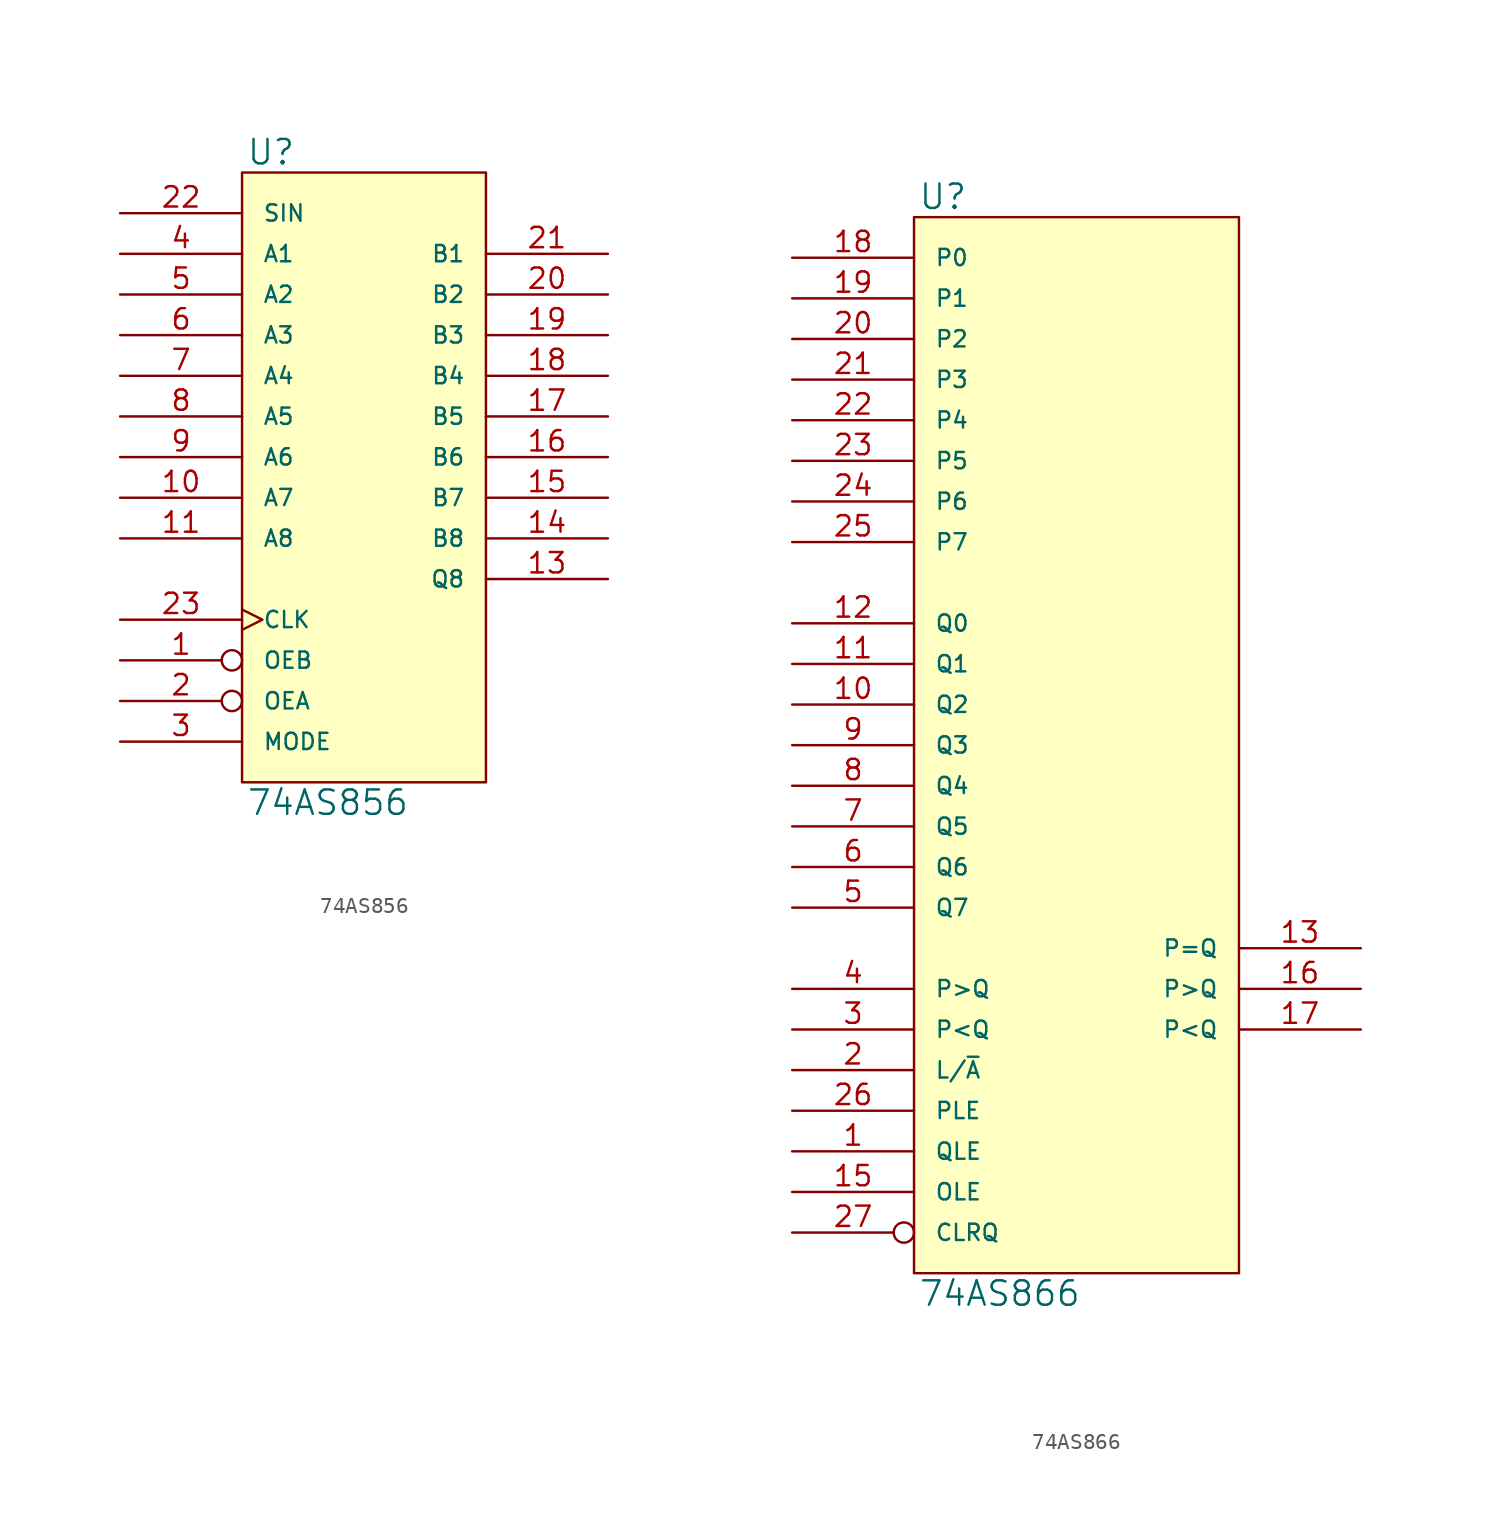
<source format=kicad_sym>
(kicad_symbol_lib
  (version 20231120)
  (generator "kicad_symbol_editor")
  (generator_version "8.0")
  (symbol "74AS856"
    (pin_names
      (offset 1.27))
    (property "Reference" "U"
      (at 0.254 0.381 0)
      (effects (font (size 1.524 1.524)) (justify left bottom)))
    (property "Value" "74AS856"
      (at 0.254 -38.481 0)
      (effects (font (size 1.524 1.524)) (justify left top)))
    (symbol "74AS856_0_1"
      (rectangle (start 0 0) (end 15.24 -38.1) (stroke (width 0) (type solid)) (fill (type background))))
    (symbol "74AS856_1_1"
      (pin input inverted (at -7.62 -30.48 0) (length 7.62) (name "OEB" (effects (font (size 1.016 1.016)))) (number "1" (effects (font (size 1.27 1.27)))))
      (pin bidirectional line (at -7.62 -20.32 0) (length 7.62) (name "A7" (effects (font (size 1.016 1.016)))) (number "10" (effects (font (size 1.27 1.27)))))
      (pin bidirectional line (at -7.62 -22.86 0) (length 7.62) (name "A8" (effects (font (size 1.016 1.016)))) (number "11" (effects (font (size 1.27 1.27)))))
      (pin power_in line (at 0 -38.1 90) (length 0) hide (name "GND" (effects (font (size 1.016 1.016)))) (number "12" (effects (font (size 1.27 1.27)))))
      (pin tri_state line (at 22.86 -25.4 180) (length 7.62) (name "Q8" (effects (font (size 1.016 1.016)))) (number "13" (effects (font (size 1.27 1.27)))))
      (pin bidirectional line (at 22.86 -22.86 180) (length 7.62) (name "B8" (effects (font (size 1.016 1.016)))) (number "14" (effects (font (size 1.27 1.27)))))
      (pin bidirectional line (at 22.86 -20.32 180) (length 7.62) (name "B7" (effects (font (size 1.016 1.016)))) (number "15" (effects (font (size 1.27 1.27)))))
      (pin bidirectional line (at 22.86 -17.78 180) (length 7.62) (name "B6" (effects (font (size 1.016 1.016)))) (number "16" (effects (font (size 1.27 1.27)))))
      (pin bidirectional line (at 22.86 -15.24 180) (length 7.62) (name "B5" (effects (font (size 1.016 1.016)))) (number "17" (effects (font (size 1.27 1.27)))))
      (pin bidirectional line (at 22.86 -12.7 180) (length 7.62) (name "B4" (effects (font (size 1.016 1.016)))) (number "18" (effects (font (size 1.27 1.27)))))
      (pin bidirectional line (at 22.86 -10.16 180) (length 7.62) (name "B3" (effects (font (size 1.016 1.016)))) (number "19" (effects (font (size 1.27 1.27)))))
      (pin input inverted (at -7.62 -33.02 0) (length 7.62) (name "OEA" (effects (font (size 1.016 1.016)))) (number "2" (effects (font (size 1.27 1.27)))))
      (pin bidirectional line (at 22.86 -7.62 180) (length 7.62) (name "B2" (effects (font (size 1.016 1.016)))) (number "20" (effects (font (size 1.27 1.27)))))
      (pin bidirectional line (at 22.86 -5.08 180) (length 7.62) (name "B1" (effects (font (size 1.016 1.016)))) (number "21" (effects (font (size 1.27 1.27)))))
      (pin input line (at -7.62 -2.54 0) (length 7.62) (name "SIN" (effects (font (size 1.016 1.016)))) (number "22" (effects (font (size 1.27 1.27)))))
      (pin input clock (at -7.62 -27.94 0) (length 7.62) (name "CLK" (effects (font (size 1.016 1.016)))) (number "23" (effects (font (size 1.27 1.27)))))
      (pin power_in line (at 0 0 270) (length 0) hide (name "VCC" (effects (font (size 1.016 1.016)))) (number "24" (effects (font (size 1.27 1.27)))))
      (pin input line (at -7.62 -35.56 0) (length 7.62) (name "MODE" (effects (font (size 1.016 1.016)))) (number "3" (effects (font (size 1.27 1.27)))))
      (pin bidirectional line (at -7.62 -5.08 0) (length 7.62) (name "A1" (effects (font (size 1.016 1.016)))) (number "4" (effects (font (size 1.27 1.27)))))
      (pin bidirectional line (at -7.62 -7.62 0) (length 7.62) (name "A2" (effects (font (size 1.016 1.016)))) (number "5" (effects (font (size 1.27 1.27)))))
      (pin bidirectional line (at -7.62 -10.16 0) (length 7.62) (name "A3" (effects (font (size 1.016 1.016)))) (number "6" (effects (font (size 1.27 1.27)))))
      (pin bidirectional line (at -7.62 -12.7 0) (length 7.62) (name "A4" (effects (font (size 1.016 1.016)))) (number "7" (effects (font (size 1.27 1.27)))))
      (pin bidirectional line (at -7.62 -15.24 0) (length 7.62) (name "A5" (effects (font (size 1.016 1.016)))) (number "8" (effects (font (size 1.27 1.27)))))
      (pin bidirectional line (at -7.62 -17.78 0) (length 7.62) (name "A6" (effects (font (size 1.016 1.016)))) (number "9" (effects (font (size 1.27 1.27)))))))
  (symbol "74AS866"
    (pin_names
      (offset 1.27))
    (property "Reference" "U"
      (at 0.254 0.381 0)
      (effects (font (size 1.524 1.524)) (justify left bottom)))
    (property "Value" "74AS866"
      (at 0.254 -66.421 0)
      (effects (font (size 1.524 1.524)) (justify left top)))
    (symbol "74AS866_0_1"
      (rectangle (start 0 0) (end 20.32 -66.04) (stroke (width 0) (type solid)) (fill (type background))))
    (symbol "74AS866_1_1"
      (pin input line (at -7.62 -58.42 0) (length 7.62) (name "QLE" (effects (font (size 1.016 1.016)))) (number "1" (effects (font (size 1.27 1.27)))))
      (pin input line (at -7.62 -30.48 0) (length 7.62) (name "Q2" (effects (font (size 1.016 1.016)))) (number "10" (effects (font (size 1.27 1.27)))))
      (pin input line (at -7.62 -27.94 0) (length 7.62) (name "Q1" (effects (font (size 1.016 1.016)))) (number "11" (effects (font (size 1.27 1.27)))))
      (pin input line (at -7.62 -25.4 0) (length 7.62) (name "Q0" (effects (font (size 1.016 1.016)))) (number "12" (effects (font (size 1.27 1.27)))))
      (pin open_collector line (at 27.94 -45.72 180) (length 7.62) (name "P=Q" (effects (font (size 1.016 1.016)))) (number "13" (effects (font (size 1.27 1.27)))))
      (pin power_in line (at 0 -66.04 90) (length 0) hide (name "GND" (effects (font (size 1.016 1.016)))) (number "14" (effects (font (size 1.27 1.27)))))
      (pin input line (at -7.62 -60.96 0) (length 7.62) (name "OLE" (effects (font (size 1.016 1.016)))) (number "15" (effects (font (size 1.27 1.27)))))
      (pin open_collector line (at 27.94 -48.26 180) (length 7.62) (name "P>Q" (effects (font (size 1.016 1.016)))) (number "16" (effects (font (size 1.27 1.27)))))
      (pin open_collector line (at 27.94 -50.8 180) (length 7.62) (name "P<Q" (effects (font (size 1.016 1.016)))) (number "17" (effects (font (size 1.27 1.27)))))
      (pin input line (at -7.62 -2.54 0) (length 7.62) (name "P0" (effects (font (size 1.016 1.016)))) (number "18" (effects (font (size 1.27 1.27)))))
      (pin input line (at -7.62 -5.08 0) (length 7.62) (name "P1" (effects (font (size 1.016 1.016)))) (number "19" (effects (font (size 1.27 1.27)))))
      (pin input line (at -7.62 -53.34 0) (length 7.62) (name "L/~{A}" (effects (font (size 1.016 1.016)))) (number "2" (effects (font (size 1.27 1.27)))))
      (pin input line (at -7.62 -7.62 0) (length 7.62) (name "P2" (effects (font (size 1.016 1.016)))) (number "20" (effects (font (size 1.27 1.27)))))
      (pin input line (at -7.62 -10.16 0) (length 7.62) (name "P3" (effects (font (size 1.016 1.016)))) (number "21" (effects (font (size 1.27 1.27)))))
      (pin input line (at -7.62 -12.7 0) (length 7.62) (name "P4" (effects (font (size 1.016 1.016)))) (number "22" (effects (font (size 1.27 1.27)))))
      (pin input line (at -7.62 -15.24 0) (length 7.62) (name "P5" (effects (font (size 1.016 1.016)))) (number "23" (effects (font (size 1.27 1.27)))))
      (pin input line (at -7.62 -17.78 0) (length 7.62) (name "P6" (effects (font (size 1.016 1.016)))) (number "24" (effects (font (size 1.27 1.27)))))
      (pin input line (at -7.62 -20.32 0) (length 7.62) (name "P7" (effects (font (size 1.016 1.016)))) (number "25" (effects (font (size 1.27 1.27)))))
      (pin input line (at -7.62 -55.88 0) (length 7.62) (name "PLE" (effects (font (size 1.016 1.016)))) (number "26" (effects (font (size 1.27 1.27)))))
      (pin input inverted (at -7.62 -63.5 0) (length 7.62) (name "CLRQ" (effects (font (size 1.016 1.016)))) (number "27" (effects (font (size 1.27 1.27)))))
      (pin power_in line (at 0 0 270) (length 0) hide (name "VCC" (effects (font (size 1.016 1.016)))) (number "28" (effects (font (size 1.27 1.27)))))
      (pin input line (at -7.62 -50.8 0) (length 7.62) (name "P<Q" (effects (font (size 1.016 1.016)))) (number "3" (effects (font (size 1.27 1.27)))))
      (pin input line (at -7.62 -48.26 0) (length 7.62) (name "P>Q" (effects (font (size 1.016 1.016)))) (number "4" (effects (font (size 1.27 1.27)))))
      (pin input line (at -7.62 -43.18 0) (length 7.62) (name "Q7" (effects (font (size 1.016 1.016)))) (number "5" (effects (font (size 1.27 1.27)))))
      (pin input line (at -7.62 -40.64 0) (length 7.62) (name "Q6" (effects (font (size 1.016 1.016)))) (number "6" (effects (font (size 1.27 1.27)))))
      (pin input line (at -7.62 -38.1 0) (length 7.62) (name "Q5" (effects (font (size 1.016 1.016)))) (number "7" (effects (font (size 1.27 1.27)))))
      (pin input line (at -7.62 -35.56 0) (length 7.62) (name "Q4" (effects (font (size 1.016 1.016)))) (number "8" (effects (font (size 1.27 1.27)))))
      (pin input line (at -7.62 -33.02 0) (length 7.62) (name "Q3" (effects (font (size 1.016 1.016)))) (number "9" (effects (font (size 1.27 1.27))))))))
</source>
